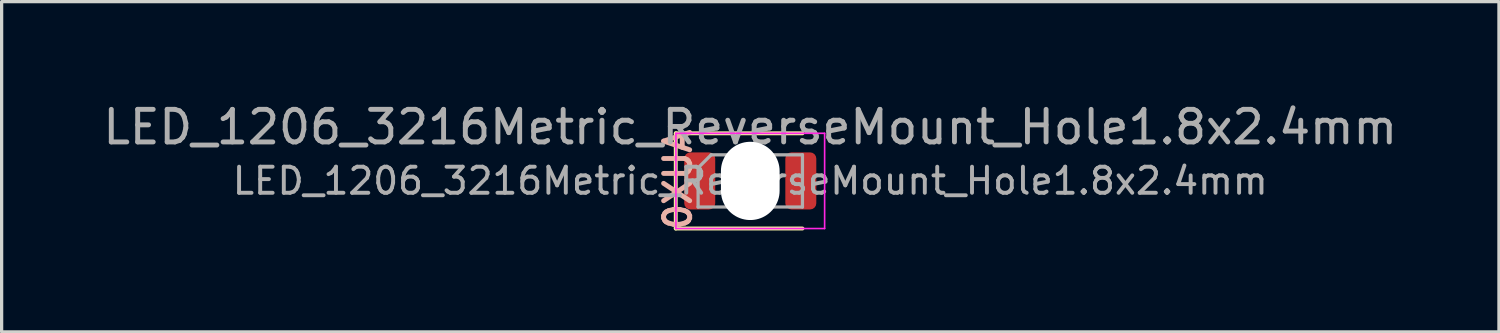
<source format=kicad_pcb>
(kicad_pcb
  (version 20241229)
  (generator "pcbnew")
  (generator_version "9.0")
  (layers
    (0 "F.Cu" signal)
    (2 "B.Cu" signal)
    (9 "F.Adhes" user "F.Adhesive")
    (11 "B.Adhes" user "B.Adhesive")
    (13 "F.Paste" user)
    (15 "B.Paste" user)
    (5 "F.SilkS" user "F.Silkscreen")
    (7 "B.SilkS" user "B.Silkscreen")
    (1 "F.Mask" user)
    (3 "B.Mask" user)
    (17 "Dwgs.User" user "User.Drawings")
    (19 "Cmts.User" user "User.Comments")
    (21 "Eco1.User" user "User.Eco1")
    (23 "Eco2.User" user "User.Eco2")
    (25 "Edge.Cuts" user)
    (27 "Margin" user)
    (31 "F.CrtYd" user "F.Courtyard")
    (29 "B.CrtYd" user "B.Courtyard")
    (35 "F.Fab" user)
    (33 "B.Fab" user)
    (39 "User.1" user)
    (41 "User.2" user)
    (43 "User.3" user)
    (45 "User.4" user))
  (footprint "LED_1206_3216Metric_ReverseMount_Hole1.8x2.4mm"
    (layer "F.Cu")
    (at 19.958 2.498)
    (property "Reference" "LED_1206_3216Metric_ReverseMount_Hole1.8x2.4mm" (at 0 -1.65 0) (layer "F.Fab") (effects (font (size 1 1) (thickness 0.15))))
    (attr smd)
    (fp_line (start -2.285 -1.46) (end -2.285 1.46) (stroke (width 0.12) (type solid)) (layer "F.SilkS"))
    (fp_line (start -2.285 1.46) (end 1.6 1.46) (stroke (width 0.12) (type solid)) (layer "F.SilkS"))
    (fp_line (start 1.6 -1.46) (end -2.285 -1.46) (stroke (width 0.12) (type solid)) (layer "F.SilkS"))
    (fp_line (start -2.28 -1.46) (end 2.28 -1.46) (stroke (width 0.05) (type solid)) (layer "F.CrtYd"))
    (fp_line (start -2.28 1.46) (end -2.28 -1.46) (stroke (width 0.05) (type solid)) (layer "F.CrtYd"))
    (fp_line (start 2.28 -1.46) (end 2.28 1.46) (stroke (width 0.05) (type solid)) (layer "F.CrtYd"))
    (fp_line (start 2.28 1.46) (end -2.28 1.46) (stroke (width 0.05) (type solid)) (layer "F.CrtYd"))
    (fp_line (start -1.6 -0.4) (end -1.6 0.8) (stroke (width 0.1) (type solid)) (layer "F.Fab"))
    (fp_line (start -1.6 0.8) (end 1.6 0.8) (stroke (width 0.1) (type solid)) (layer "F.Fab"))
    (fp_line (start -1.2 -0.8) (end -1.6 -0.4) (stroke (width 0.1) (type solid)) (layer "F.Fab"))
    (fp_line (start 1.6 -0.8) (end -1.2 -0.8) (stroke (width 0.1) (type solid)) (layer "F.Fab"))
    (fp_line (start 1.6 0.8) (end 1.6 -0.8) (stroke (width 0.1) (type solid)) (layer "F.Fab"))
    (fp_text user "AUX0" (at -2.22 -0.04 270) (layer "B.SilkS") (effects (font (size 0.8 0.8) (thickness 0.15)) (justify mirror)))
    (fp_text user "${REFERENCE}" (at 0 0 180) (layer "F.Fab") (effects (font (size 0.8 0.8) (thickness 0.12))))
    (pad "" np_thru_hole oval (at 0 0) (size 1.8 2.4) (drill oval 1.8 2.4) (layers "*.Cu" "*.Mask"))
    (pad "1" smd roundrect (at -1.55 0) (size 0.95 1.75) (layers "F.Cu" "F.Mask" "F.Paste") (roundrect_rratio 0.2))
    (pad "2" smd roundrect (at 1.55 0) (size 0.95 1.75) (layers "F.Cu" "F.Mask" "F.Paste") (roundrect_rratio 0.2)))
  (gr_rect
    (start -3 -3)
    (end 42.917 7.127)
    (stroke (width 0.1) (type default))
    (fill no)
    (layer "Edge.Cuts")))
</source>
